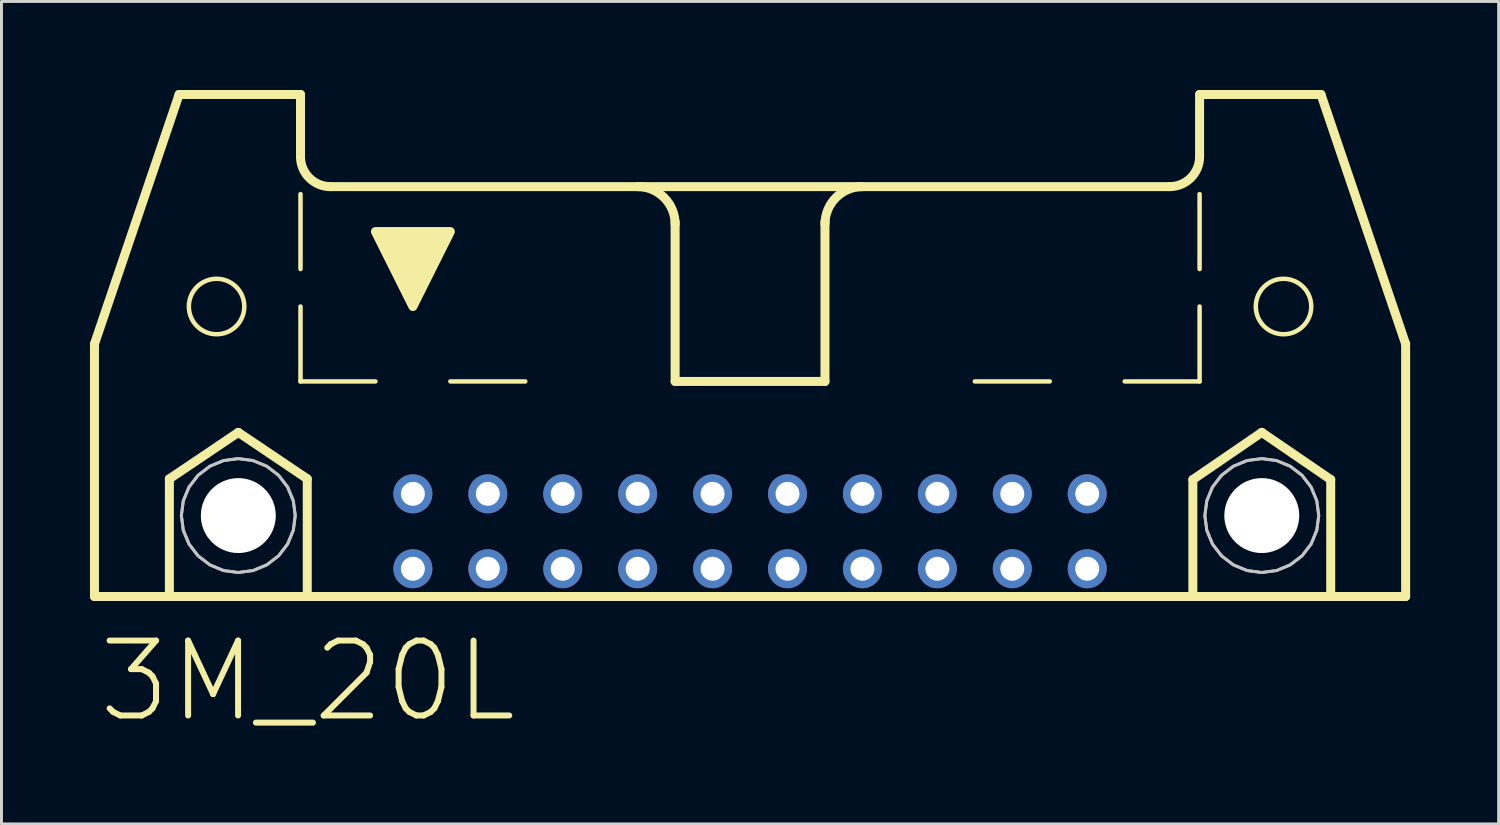
<source format=kicad_pcb>
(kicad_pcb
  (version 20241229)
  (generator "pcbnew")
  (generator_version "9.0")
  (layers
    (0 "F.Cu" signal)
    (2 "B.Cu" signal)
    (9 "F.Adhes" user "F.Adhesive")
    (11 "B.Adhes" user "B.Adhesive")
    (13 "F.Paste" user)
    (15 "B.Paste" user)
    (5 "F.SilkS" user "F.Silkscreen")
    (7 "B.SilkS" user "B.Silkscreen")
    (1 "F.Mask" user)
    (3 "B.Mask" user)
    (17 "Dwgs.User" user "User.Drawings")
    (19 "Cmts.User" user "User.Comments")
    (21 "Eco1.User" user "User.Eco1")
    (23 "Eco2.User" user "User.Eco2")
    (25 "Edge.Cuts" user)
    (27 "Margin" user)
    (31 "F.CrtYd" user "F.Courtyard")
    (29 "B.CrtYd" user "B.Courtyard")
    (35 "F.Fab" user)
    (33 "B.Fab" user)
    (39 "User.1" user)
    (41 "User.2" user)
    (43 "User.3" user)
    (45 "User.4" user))
  (footprint "3M_20L"
    (layer "F.Cu")
    (at 22.377 11.151)
    (property "Reference" "3M_20L" (at -14.998 8.89 0) (layer "F.SilkS") (effects (font (size 2.54 2.54) (thickness 0.203))))
    (attr through_hole)
    (fp_line (start -22.225 -2.54) (end -22.225 6.02) (stroke (width 0.305) (type solid)) (layer "F.SilkS"))
    (fp_line (start -22.225 -2.54) (end -19.355 -10.998) (stroke (width 0.305) (type solid)) (layer "F.SilkS"))
    (fp_line (start -22.225 6.02) (end -19.685 6.02) (stroke (width 0.305) (type solid)) (layer "F.SilkS"))
    (fp_line (start -19.685 2.032) (end -17.348 0.457) (stroke (width 0.305) (type solid)) (layer "F.SilkS"))
    (fp_line (start -19.685 6.02) (end -19.685 2.032) (stroke (width 0.305) (type solid)) (layer "F.SilkS"))
    (fp_line (start -19.685 6.02) (end -15.011 6.02) (stroke (width 0.305) (type solid)) (layer "F.SilkS"))
    (fp_line (start -17.348 0.457) (end -15.011 2.032) (stroke (width 0.305) (type solid)) (layer "F.SilkS"))
    (fp_line (start -15.24 -10.998) (end -19.355 -10.998) (stroke (width 0.305) (type solid)) (layer "F.SilkS"))
    (fp_line (start -15.24 -8.89) (end -15.24 -10.998) (stroke (width 0.305) (type solid)) (layer "F.SilkS"))
    (fp_line (start -15.24 -5.08) (end -15.24 -7.62) (stroke (width 0.152) (type solid)) (layer "F.SilkS"))
    (fp_line (start -15.24 -1.27) (end -15.24 -3.81) (stroke (width 0.152) (type solid)) (layer "F.SilkS"))
    (fp_line (start -15.24 -1.27) (end -12.7 -1.27) (stroke (width 0.152) (type solid)) (layer "F.SilkS"))
    (fp_line (start -15.011 2.032) (end -15.011 6.02) (stroke (width 0.305) (type solid)) (layer "F.SilkS"))
    (fp_line (start -15.011 6.02) (end 15.011 6.02) (stroke (width 0.305) (type solid)) (layer "F.SilkS"))
    (fp_line (start -14.224 -7.874) (end 14.224 -7.874) (stroke (width 0.305) (type solid)) (layer "F.SilkS"))
    (fp_line (start -10.16 -1.27) (end -7.62 -1.27) (stroke (width 0.152) (type solid)) (layer "F.SilkS"))
    (fp_line (start -2.54 -1.27) (end -2.54 -6.68) (stroke (width 0.305) (type solid)) (layer "F.SilkS"))
    (fp_line (start 0 -1.27) (end 2.54 -1.27) (stroke (width 0.152) (type solid)) (layer "F.SilkS"))
    (fp_line (start 2.54 -1.27) (end -2.54 -1.27) (stroke (width 0.305) (type solid)) (layer "F.SilkS"))
    (fp_line (start 2.54 -1.27) (end 2.54 -6.68) (stroke (width 0.305) (type solid)) (layer "F.SilkS"))
    (fp_line (start 10.16 -1.27) (end 7.62 -1.27) (stroke (width 0.152) (type solid)) (layer "F.SilkS"))
    (fp_line (start 15.011 2.057) (end 17.348 0.457) (stroke (width 0.305) (type solid)) (layer "F.SilkS"))
    (fp_line (start 15.011 6.02) (end 15.011 2.057) (stroke (width 0.305) (type solid)) (layer "F.SilkS"))
    (fp_line (start 15.011 6.02) (end 19.685 6.02) (stroke (width 0.305) (type solid)) (layer "F.SilkS"))
    (fp_line (start 15.24 -10.998) (end 19.355 -10.998) (stroke (width 0.305) (type solid)) (layer "F.SilkS"))
    (fp_line (start 15.24 -8.89) (end 15.24 -10.998) (stroke (width 0.305) (type solid)) (layer "F.SilkS"))
    (fp_line (start 15.24 -5.08) (end 15.24 -7.62) (stroke (width 0.152) (type solid)) (layer "F.SilkS"))
    (fp_line (start 15.24 -1.27) (end 12.7 -1.27) (stroke (width 0.152) (type solid)) (layer "F.SilkS"))
    (fp_line (start 15.24 -1.27) (end 15.24 -3.81) (stroke (width 0.152) (type solid)) (layer "F.SilkS"))
    (fp_line (start 17.348 0.457) (end 19.685 2.057) (stroke (width 0.305) (type solid)) (layer "F.SilkS"))
    (fp_line (start 19.685 2.057) (end 19.685 6.02) (stroke (width 0.305) (type solid)) (layer "F.SilkS"))
    (fp_line (start 19.685 6.02) (end 22.225 6.02) (stroke (width 0.305) (type solid)) (layer "F.SilkS"))
    (fp_line (start 22.225 -2.54) (end 19.355 -10.998) (stroke (width 0.305) (type solid)) (layer "F.SilkS"))
    (fp_line (start 22.225 6.02) (end 22.225 -2.54) (stroke (width 0.305) (type solid)) (layer "F.SilkS"))
    (fp_arc (start -14.224001 -7.873999) (mid -14.942421 -8.171579) (end -15.24 -8.89) (stroke (width 0.3048) (type solid)) (layer "F.SilkS"))
    (fp_arc (start -3.81 -7.874) (mid -2.911974 -7.502026) (end -2.54 -6.604) (stroke (width 0.3048) (type solid)) (layer "F.SilkS"))
    (fp_arc (start 2.54 -6.604) (mid 2.911974 -7.502026) (end 3.81 -7.874) (stroke (width 0.3048) (type solid)) (layer "F.SilkS"))
    (fp_arc (start 15.239999 -8.889999) (mid 14.94242 -8.171579) (end 14.224 -7.874) (stroke (width 0.3048) (type solid)) (layer "F.SilkS"))
    (fp_circle (center -18.085 -3.81) (end -17.145 -3.81) (stroke (width 0.152) (type solid)) (fill no) (layer "F.SilkS"))
    (fp_circle (center 18.085 -3.81) (end 19.025 -3.81) (stroke (width 0.152) (type solid)) (fill no) (layer "F.SilkS"))
    (fp_poly (pts (xy -12.7 -6.35) (xy -10.16 -6.35) (xy -11.43 -3.81)) (stroke (width 0.305) (type solid)) (fill yes) (layer "F.SilkS"))
    (fp_poly (pts (xy -15.418 3.277) (xy -15.484 3.776) (xy -15.676 4.242) (xy -15.983 4.642) (xy -16.383 4.948) (xy -16.849 5.141) (xy -17.348 5.207) (xy -17.848 5.141) (xy -18.313 4.948) (xy -18.713 4.642) (xy -19.02 4.242) (xy -19.213 3.776) (xy -19.279 3.277) (xy -19.213 2.777) (xy -19.02 2.311) (xy -18.713 1.912) (xy -18.313 1.605) (xy -17.848 1.412) (xy -17.348 1.346) (xy -16.849 1.412) (xy -16.383 1.605) (xy -15.983 1.912) (xy -15.676 2.311) (xy -15.484 2.777)) (stroke (width 0.1) (type solid)) (fill no) (layer "Dwgs.User"))
    (fp_poly (pts (xy -15.418 3.277) (xy -15.484 3.776) (xy -15.676 4.242) (xy -15.983 4.642) (xy -16.383 4.948) (xy -16.849 5.141) (xy -17.348 5.207) (xy -17.848 5.141) (xy -18.313 4.948) (xy -18.713 4.642) (xy -19.02 4.242) (xy -19.213 3.776) (xy -19.279 3.277) (xy -19.213 2.777) (xy -19.02 2.311) (xy -18.713 1.912) (xy -18.313 1.605) (xy -17.848 1.412) (xy -17.348 1.346) (xy -16.849 1.412) (xy -16.383 1.605) (xy -15.983 1.912) (xy -15.676 2.311) (xy -15.484 2.777)) (stroke (width 0.1) (type solid)) (fill no) (layer "Dwgs.User"))
    (fp_poly (pts (xy 19.279 3.277) (xy 19.213 3.776) (xy 19.02 4.242) (xy 18.713 4.642) (xy 18.313 4.948) (xy 17.848 5.141) (xy 17.348 5.207) (xy 16.849 5.141) (xy 16.383 4.948) (xy 15.983 4.642) (xy 15.676 4.242) (xy 15.484 3.776) (xy 15.418 3.277) (xy 15.484 2.777) (xy 15.676 2.311) (xy 15.983 1.912) (xy 16.383 1.605) (xy 16.849 1.412) (xy 17.348 1.346) (xy 17.848 1.412) (xy 18.313 1.605) (xy 18.713 1.912) (xy 19.02 2.311) (xy 19.213 2.777)) (stroke (width 0.1) (type solid)) (fill no) (layer "Dwgs.User"))
    (fp_poly (pts (xy 19.279 3.277) (xy 19.213 3.776) (xy 19.02 4.242) (xy 18.713 4.642) (xy 18.313 4.948) (xy 17.848 5.141) (xy 17.348 5.207) (xy 16.849 5.141) (xy 16.383 4.948) (xy 15.983 4.642) (xy 15.676 4.242) (xy 15.484 3.776) (xy 15.418 3.277) (xy 15.484 2.777) (xy 15.676 2.311) (xy 15.983 1.912) (xy 16.383 1.605) (xy 16.849 1.412) (xy 17.348 1.346) (xy 17.848 1.412) (xy 18.313 1.605) (xy 18.713 1.912) (xy 19.02 2.311) (xy 19.213 2.777)) (stroke (width 0.1) (type solid)) (fill no) (layer "Dwgs.User"))
    (pad "" np_thru_hole circle (at -17.348 3.277) (size 2.54 2.54) (drill 2.54) (layers "*.Cu"))
    (pad "" np_thru_hole circle (at 17.348 3.277) (size 2.54 2.54) (drill 2.54) (layers "*.Cu"))
    (pad "1" thru_hole circle (at -11.43 5.08) (size 1.321 1.321) (drill 0.813) (layers "*.Cu" "*.Mask"))
    (pad "2" thru_hole circle (at -11.43 2.54) (size 1.321 1.321) (drill 0.813) (layers "*.Cu" "*.Mask"))
    (pad "3" thru_hole circle (at -8.89 5.08) (size 1.321 1.321) (drill 0.813) (layers "*.Cu" "*.Mask"))
    (pad "4" thru_hole circle (at -8.89 2.54) (size 1.321 1.321) (drill 0.813) (layers "*.Cu" "*.Mask"))
    (pad "5" thru_hole circle (at -6.35 5.08) (size 1.321 1.321) (drill 0.813) (layers "*.Cu" "*.Mask"))
    (pad "6" thru_hole circle (at -6.35 2.54) (size 1.321 1.321) (drill 0.813) (layers "*.Cu" "*.Mask"))
    (pad "7" thru_hole circle (at -3.81 5.08) (size 1.321 1.321) (drill 0.813) (layers "*.Cu" "*.Mask"))
    (pad "8" thru_hole circle (at -3.81 2.54) (size 1.321 1.321) (drill 0.813) (layers "*.Cu" "*.Mask"))
    (pad "9" thru_hole circle (at -1.27 5.08) (size 1.321 1.321) (drill 0.813) (layers "*.Cu" "*.Mask"))
    (pad "10" thru_hole circle (at -1.27 2.54) (size 1.321 1.321) (drill 0.813) (layers "*.Cu" "*.Mask"))
    (pad "11" thru_hole circle (at 1.27 5.08) (size 1.321 1.321) (drill 0.813) (layers "*.Cu" "*.Mask"))
    (pad "12" thru_hole circle (at 1.27 2.54) (size 1.321 1.321) (drill 0.813) (layers "*.Cu" "*.Mask"))
    (pad "13" thru_hole circle (at 3.81 5.08) (size 1.321 1.321) (drill 0.813) (layers "*.Cu" "*.Mask"))
    (pad "14" thru_hole circle (at 3.81 2.54) (size 1.321 1.321) (drill 0.813) (layers "*.Cu" "*.Mask"))
    (pad "15" thru_hole circle (at 6.35 5.08) (size 1.321 1.321) (drill 0.813) (layers "*.Cu" "*.Mask"))
    (pad "16" thru_hole circle (at 6.35 2.54) (size 1.321 1.321) (drill 0.813) (layers "*.Cu" "*.Mask"))
    (pad "17" thru_hole circle (at 8.89 5.08) (size 1.321 1.321) (drill 0.813) (layers "*.Cu" "*.Mask"))
    (pad "18" thru_hole circle (at 8.89 2.54) (size 1.321 1.321) (drill 0.813) (layers "*.Cu" "*.Mask"))
    (pad "19" thru_hole circle (at 11.43 5.08) (size 1.321 1.321) (drill 0.813) (layers "*.Cu" "*.Mask"))
    (pad "20" thru_hole circle (at 11.43 2.54) (size 1.321 1.321) (drill 0.813) (layers "*.Cu" "*.Mask")))
  (gr_rect
    (start -3 -3)
    (end 47.755 24.883)
    (stroke (width 0.1) (type default))
    (fill no)
    (layer "Edge.Cuts")))
</source>
